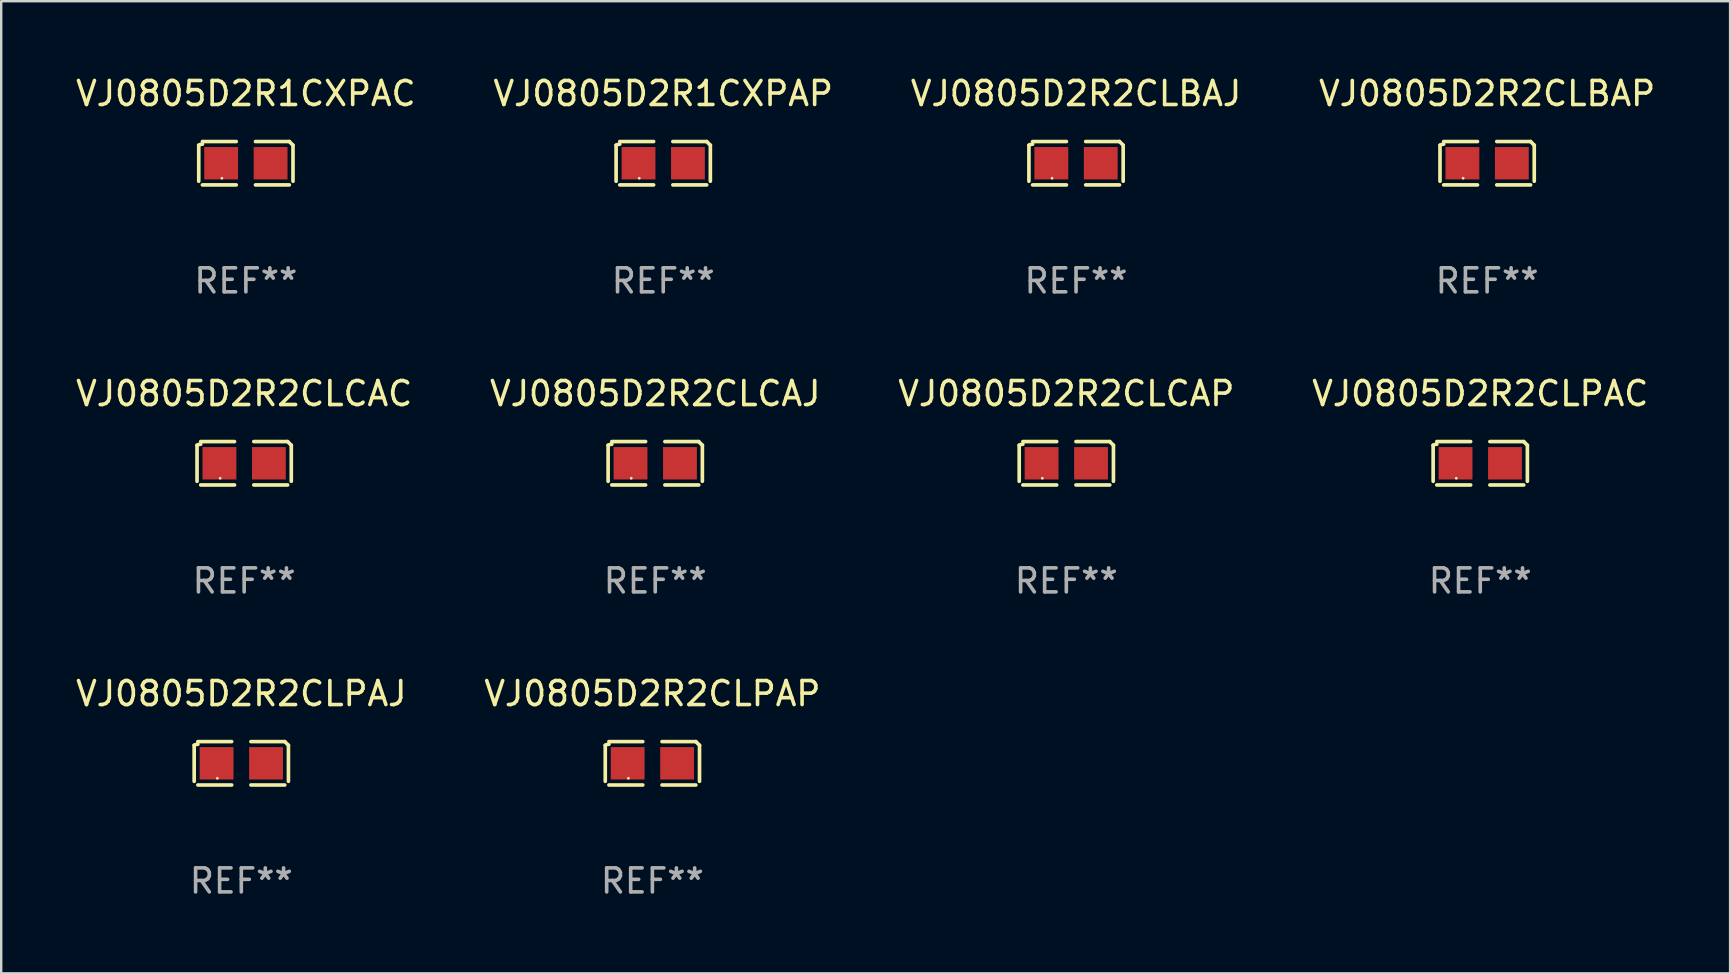
<source format=kicad_pcb>
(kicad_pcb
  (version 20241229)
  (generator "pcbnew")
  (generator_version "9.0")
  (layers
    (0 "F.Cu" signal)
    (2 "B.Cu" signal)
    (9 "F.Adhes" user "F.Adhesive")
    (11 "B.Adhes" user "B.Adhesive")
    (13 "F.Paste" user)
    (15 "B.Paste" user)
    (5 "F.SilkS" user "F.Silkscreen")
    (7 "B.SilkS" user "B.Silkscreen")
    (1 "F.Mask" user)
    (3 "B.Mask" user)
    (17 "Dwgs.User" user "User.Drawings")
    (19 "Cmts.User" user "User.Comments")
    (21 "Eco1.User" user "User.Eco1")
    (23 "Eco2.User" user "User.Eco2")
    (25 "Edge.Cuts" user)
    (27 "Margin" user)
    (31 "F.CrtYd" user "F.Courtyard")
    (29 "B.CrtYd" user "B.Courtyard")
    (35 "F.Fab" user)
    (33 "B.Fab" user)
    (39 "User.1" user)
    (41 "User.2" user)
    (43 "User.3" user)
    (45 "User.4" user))
  (footprint "VJ0805D2R2CLBAJ"
    (layer "F.Cu")
    (at 41.792 3.752)
    (property "Reference" "VJ0805D2R2CLBAJ" (at 0 -2.904 0) (layer "F.SilkS") (effects (font (size 1 1) (thickness 0.15))))
    (attr through_hole)
    (fp_line (start -1.964 0.751) (end -1.964 -0.751) (stroke (width 0.152) (type solid)) (layer "F.SilkS"))
    (fp_line (start -1.811 -0.904) (end -0.401 -0.904) (stroke (width 0.152) (type solid)) (layer "F.SilkS"))
    (fp_line (start -0.401 0.904) (end -1.811 0.904) (stroke (width 0.152) (type solid)) (layer "F.SilkS"))
    (fp_line (start 0.401 0.904) (end 1.811 0.904) (stroke (width 0.152) (type solid)) (layer "F.SilkS"))
    (fp_line (start 1.811 -0.904) (end 0.401 -0.904) (stroke (width 0.152) (type solid)) (layer "F.SilkS"))
    (fp_line (start 1.964 0.751) (end 1.964 -0.751) (stroke (width 0.152) (type solid)) (layer "F.SilkS"))
    (fp_arc (start -1.963602 -0.751207) (mid -1.890354 -0.783131) (end -1.811201 -0.794044) (stroke (width 0.1524) (type solid)) (layer "F.SilkS"))
    (fp_arc (start 1.811202 -0.903607) (mid 1.887413 -0.827418) (end 1.963602 -0.751207) (stroke (width 0.1524) (type solid)) (layer "F.SilkS"))
    (fp_circle (center -1 0.625) (end -0.97 0.625) (stroke (width 0.06) (type solid)) (fill no) (layer "F.SilkS"))
    (fp_text user "REF**" (at 0 4.904 0) (layer "F.Fab") (effects (font (size 1 1) (thickness 0.15))))
    (pad "1" smd rect (at -1.03 0) (size 1.41 1.35) (layers "F.Cu" "F.Mask" "F.Paste"))
    (pad "2" smd rect (at 1.03 0) (size 1.41 1.35) (layers "F.Cu" "F.Mask" "F.Paste")))
  (footprint "VJ0805D2R2CLCAC"
    (layer "F.Cu")
    (at 7.125 16.256)
    (property "Reference" "VJ0805D2R2CLCAC" (at 0 -2.904 0) (layer "F.SilkS") (effects (font (size 1 1) (thickness 0.15))))
    (attr through_hole)
    (fp_line (start -1.964 0.751) (end -1.964 -0.751) (stroke (width 0.152) (type solid)) (layer "F.SilkS"))
    (fp_line (start -1.811 -0.904) (end -0.401 -0.904) (stroke (width 0.152) (type solid)) (layer "F.SilkS"))
    (fp_line (start -0.401 0.904) (end -1.811 0.904) (stroke (width 0.152) (type solid)) (layer "F.SilkS"))
    (fp_line (start 0.401 0.904) (end 1.811 0.904) (stroke (width 0.152) (type solid)) (layer "F.SilkS"))
    (fp_line (start 1.811 -0.904) (end 0.401 -0.904) (stroke (width 0.152) (type solid)) (layer "F.SilkS"))
    (fp_line (start 1.964 0.751) (end 1.964 -0.751) (stroke (width 0.152) (type solid)) (layer "F.SilkS"))
    (fp_arc (start -1.963602 -0.751207) (mid -1.890354 -0.783131) (end -1.811201 -0.794044) (stroke (width 0.1524) (type solid)) (layer "F.SilkS"))
    (fp_arc (start 1.811202 -0.903607) (mid 1.887413 -0.827418) (end 1.963602 -0.751207) (stroke (width 0.1524) (type solid)) (layer "F.SilkS"))
    (fp_circle (center -1 0.625) (end -0.97 0.625) (stroke (width 0.06) (type solid)) (fill no) (layer "F.SilkS"))
    (fp_text user "REF**" (at 0 4.904 0) (layer "F.Fab") (effects (font (size 1 1) (thickness 0.15))))
    (pad "1" smd rect (at -1.03 0) (size 1.41 1.35) (layers "F.Cu" "F.Mask" "F.Paste"))
    (pad "2" smd rect (at 1.03 0) (size 1.41 1.35) (layers "F.Cu" "F.Mask" "F.Paste")))
  (footprint "VJ0805D2R2CLBAP"
    (layer "F.Cu")
    (at 58.923 3.752)
    (property "Reference" "VJ0805D2R2CLBAP" (at 0 -2.904 0) (layer "F.SilkS") (effects (font (size 1 1) (thickness 0.15))))
    (attr through_hole)
    (fp_line (start -1.964 0.751) (end -1.964 -0.751) (stroke (width 0.152) (type solid)) (layer "F.SilkS"))
    (fp_line (start -1.811 -0.904) (end -0.401 -0.904) (stroke (width 0.152) (type solid)) (layer "F.SilkS"))
    (fp_line (start -0.401 0.904) (end -1.811 0.904) (stroke (width 0.152) (type solid)) (layer "F.SilkS"))
    (fp_line (start 0.401 0.904) (end 1.811 0.904) (stroke (width 0.152) (type solid)) (layer "F.SilkS"))
    (fp_line (start 1.811 -0.904) (end 0.401 -0.904) (stroke (width 0.152) (type solid)) (layer "F.SilkS"))
    (fp_line (start 1.964 0.751) (end 1.964 -0.751) (stroke (width 0.152) (type solid)) (layer "F.SilkS"))
    (fp_arc (start -1.963602 -0.751207) (mid -1.890354 -0.783131) (end -1.811201 -0.794044) (stroke (width 0.1524) (type solid)) (layer "F.SilkS"))
    (fp_arc (start 1.811202 -0.903607) (mid 1.887413 -0.827418) (end 1.963602 -0.751207) (stroke (width 0.1524) (type solid)) (layer "F.SilkS"))
    (fp_circle (center -1 0.625) (end -0.97 0.625) (stroke (width 0.06) (type solid)) (fill no) (layer "F.SilkS"))
    (fp_text user "REF**" (at 0 4.904 0) (layer "F.Fab") (effects (font (size 1 1) (thickness 0.15))))
    (pad "1" smd rect (at -1.03 0) (size 1.41 1.35) (layers "F.Cu" "F.Mask" "F.Paste"))
    (pad "2" smd rect (at 1.03 0) (size 1.41 1.35) (layers "F.Cu" "F.Mask" "F.Paste")))
  (footprint "VJ0805D2R1CXPAP"
    (layer "F.Cu")
    (at 24.589 3.752)
    (property "Reference" "VJ0805D2R1CXPAP" (at 0 -2.904 0) (layer "F.SilkS") (effects (font (size 1 1) (thickness 0.15))))
    (attr through_hole)
    (fp_line (start -1.964 0.751) (end -1.964 -0.751) (stroke (width 0.152) (type solid)) (layer "F.SilkS"))
    (fp_line (start -1.811 -0.904) (end -0.401 -0.904) (stroke (width 0.152) (type solid)) (layer "F.SilkS"))
    (fp_line (start -0.401 0.904) (end -1.811 0.904) (stroke (width 0.152) (type solid)) (layer "F.SilkS"))
    (fp_line (start 0.401 0.904) (end 1.811 0.904) (stroke (width 0.152) (type solid)) (layer "F.SilkS"))
    (fp_line (start 1.811 -0.904) (end 0.401 -0.904) (stroke (width 0.152) (type solid)) (layer "F.SilkS"))
    (fp_line (start 1.964 0.751) (end 1.964 -0.751) (stroke (width 0.152) (type solid)) (layer "F.SilkS"))
    (fp_arc (start -1.963602 -0.751207) (mid -1.890354 -0.783131) (end -1.811201 -0.794044) (stroke (width 0.1524) (type solid)) (layer "F.SilkS"))
    (fp_arc (start 1.811202 -0.903607) (mid 1.887413 -0.827418) (end 1.963602 -0.751207) (stroke (width 0.1524) (type solid)) (layer "F.SilkS"))
    (fp_circle (center -1 0.625) (end -0.97 0.625) (stroke (width 0.06) (type solid)) (fill no) (layer "F.SilkS"))
    (fp_text user "REF**" (at 0 4.904 0) (layer "F.Fab") (effects (font (size 1 1) (thickness 0.15))))
    (pad "1" smd rect (at -1.03 0) (size 1.41 1.35) (layers "F.Cu" "F.Mask" "F.Paste"))
    (pad "2" smd rect (at 1.03 0) (size 1.41 1.35) (layers "F.Cu" "F.Mask" "F.Paste")))
  (footprint "VJ0805D2R2CLCAJ"
    (layer "F.Cu")
    (at 24.256 16.256)
    (property "Reference" "VJ0805D2R2CLCAJ" (at 0 -2.904 0) (layer "F.SilkS") (effects (font (size 1 1) (thickness 0.15))))
    (attr through_hole)
    (fp_line (start -1.964 0.751) (end -1.964 -0.751) (stroke (width 0.152) (type solid)) (layer "F.SilkS"))
    (fp_line (start -1.811 -0.904) (end -0.401 -0.904) (stroke (width 0.152) (type solid)) (layer "F.SilkS"))
    (fp_line (start -0.401 0.904) (end -1.811 0.904) (stroke (width 0.152) (type solid)) (layer "F.SilkS"))
    (fp_line (start 0.401 0.904) (end 1.811 0.904) (stroke (width 0.152) (type solid)) (layer "F.SilkS"))
    (fp_line (start 1.811 -0.904) (end 0.401 -0.904) (stroke (width 0.152) (type solid)) (layer "F.SilkS"))
    (fp_line (start 1.964 0.751) (end 1.964 -0.751) (stroke (width 0.152) (type solid)) (layer "F.SilkS"))
    (fp_arc (start -1.963602 -0.751207) (mid -1.890354 -0.783131) (end -1.811201 -0.794044) (stroke (width 0.1524) (type solid)) (layer "F.SilkS"))
    (fp_arc (start 1.811202 -0.903607) (mid 1.887413 -0.827418) (end 1.963602 -0.751207) (stroke (width 0.1524) (type solid)) (layer "F.SilkS"))
    (fp_circle (center -1 0.625) (end -0.97 0.625) (stroke (width 0.06) (type solid)) (fill no) (layer "F.SilkS"))
    (fp_text user "REF**" (at 0 4.904 0) (layer "F.Fab") (effects (font (size 1 1) (thickness 0.15))))
    (pad "1" smd rect (at -1.03 0) (size 1.41 1.35) (layers "F.Cu" "F.Mask" "F.Paste"))
    (pad "2" smd rect (at 1.03 0) (size 1.41 1.35) (layers "F.Cu" "F.Mask" "F.Paste")))
  (footprint "VJ0805D2R2CLCAP"
    (layer "F.Cu")
    (at 41.387 16.256)
    (property "Reference" "VJ0805D2R2CLCAP" (at 0 -2.904 0) (layer "F.SilkS") (effects (font (size 1 1) (thickness 0.15))))
    (attr through_hole)
    (fp_line (start -1.964 0.751) (end -1.964 -0.751) (stroke (width 0.152) (type solid)) (layer "F.SilkS"))
    (fp_line (start -1.811 -0.904) (end -0.401 -0.904) (stroke (width 0.152) (type solid)) (layer "F.SilkS"))
    (fp_line (start -0.401 0.904) (end -1.811 0.904) (stroke (width 0.152) (type solid)) (layer "F.SilkS"))
    (fp_line (start 0.401 0.904) (end 1.811 0.904) (stroke (width 0.152) (type solid)) (layer "F.SilkS"))
    (fp_line (start 1.811 -0.904) (end 0.401 -0.904) (stroke (width 0.152) (type solid)) (layer "F.SilkS"))
    (fp_line (start 1.964 0.751) (end 1.964 -0.751) (stroke (width 0.152) (type solid)) (layer "F.SilkS"))
    (fp_arc (start -1.963602 -0.751207) (mid -1.890354 -0.783131) (end -1.811201 -0.794044) (stroke (width 0.1524) (type solid)) (layer "F.SilkS"))
    (fp_arc (start 1.811202 -0.903607) (mid 1.887413 -0.827418) (end 1.963602 -0.751207) (stroke (width 0.1524) (type solid)) (layer "F.SilkS"))
    (fp_circle (center -1 0.625) (end -0.97 0.625) (stroke (width 0.06) (type solid)) (fill no) (layer "F.SilkS"))
    (fp_text user "REF**" (at 0 4.904 0) (layer "F.Fab") (effects (font (size 1 1) (thickness 0.15))))
    (pad "1" smd rect (at -1.03 0) (size 1.41 1.35) (layers "F.Cu" "F.Mask" "F.Paste"))
    (pad "2" smd rect (at 1.03 0) (size 1.41 1.35) (layers "F.Cu" "F.Mask" "F.Paste")))
  (footprint "VJ0805D2R2CLPAP"
    (layer "F.Cu")
    (at 24.137 28.759)
    (property "Reference" "VJ0805D2R2CLPAP" (at 0 -2.904 0) (layer "F.SilkS") (effects (font (size 1 1) (thickness 0.15))))
    (attr through_hole)
    (fp_line (start -1.964 0.751) (end -1.964 -0.751) (stroke (width 0.152) (type solid)) (layer "F.SilkS"))
    (fp_line (start -1.811 -0.904) (end -0.401 -0.904) (stroke (width 0.152) (type solid)) (layer "F.SilkS"))
    (fp_line (start -0.401 0.904) (end -1.811 0.904) (stroke (width 0.152) (type solid)) (layer "F.SilkS"))
    (fp_line (start 0.401 0.904) (end 1.811 0.904) (stroke (width 0.152) (type solid)) (layer "F.SilkS"))
    (fp_line (start 1.811 -0.904) (end 0.401 -0.904) (stroke (width 0.152) (type solid)) (layer "F.SilkS"))
    (fp_line (start 1.964 0.751) (end 1.964 -0.751) (stroke (width 0.152) (type solid)) (layer "F.SilkS"))
    (fp_arc (start -1.963602 -0.751207) (mid -1.890354 -0.783131) (end -1.811201 -0.794044) (stroke (width 0.1524) (type solid)) (layer "F.SilkS"))
    (fp_arc (start 1.811202 -0.903607) (mid 1.887413 -0.827418) (end 1.963602 -0.751207) (stroke (width 0.1524) (type solid)) (layer "F.SilkS"))
    (fp_circle (center -1 0.625) (end -0.97 0.625) (stroke (width 0.06) (type solid)) (fill no) (layer "F.SilkS"))
    (fp_text user "REF**" (at 0 4.904 0) (layer "F.Fab") (effects (font (size 1 1) (thickness 0.15))))
    (pad "1" smd rect (at -1.03 0) (size 1.41 1.35) (layers "F.Cu" "F.Mask" "F.Paste"))
    (pad "2" smd rect (at 1.03 0) (size 1.41 1.35) (layers "F.Cu" "F.Mask" "F.Paste")))
  (footprint "VJ0805D2R2CLPAJ"
    (layer "F.Cu")
    (at 7.006 28.759)
    (property "Reference" "VJ0805D2R2CLPAJ" (at 0 -2.904 0) (layer "F.SilkS") (effects (font (size 1 1) (thickness 0.15))))
    (attr through_hole)
    (fp_line (start -1.964 0.751) (end -1.964 -0.751) (stroke (width 0.152) (type solid)) (layer "F.SilkS"))
    (fp_line (start -1.811 -0.904) (end -0.401 -0.904) (stroke (width 0.152) (type solid)) (layer "F.SilkS"))
    (fp_line (start -0.401 0.904) (end -1.811 0.904) (stroke (width 0.152) (type solid)) (layer "F.SilkS"))
    (fp_line (start 0.401 0.904) (end 1.811 0.904) (stroke (width 0.152) (type solid)) (layer "F.SilkS"))
    (fp_line (start 1.811 -0.904) (end 0.401 -0.904) (stroke (width 0.152) (type solid)) (layer "F.SilkS"))
    (fp_line (start 1.964 0.751) (end 1.964 -0.751) (stroke (width 0.152) (type solid)) (layer "F.SilkS"))
    (fp_arc (start -1.963602 -0.751207) (mid -1.890354 -0.783131) (end -1.811201 -0.794044) (stroke (width 0.1524) (type solid)) (layer "F.SilkS"))
    (fp_arc (start 1.811202 -0.903607) (mid 1.887413 -0.827418) (end 1.963602 -0.751207) (stroke (width 0.1524) (type solid)) (layer "F.SilkS"))
    (fp_circle (center -1 0.625) (end -0.97 0.625) (stroke (width 0.06) (type solid)) (fill no) (layer "F.SilkS"))
    (fp_text user "REF**" (at 0 4.904 0) (layer "F.Fab") (effects (font (size 1 1) (thickness 0.15))))
    (pad "1" smd rect (at -1.03 0) (size 1.41 1.35) (layers "F.Cu" "F.Mask" "F.Paste"))
    (pad "2" smd rect (at 1.03 0) (size 1.41 1.35) (layers "F.Cu" "F.Mask" "F.Paste")))
  (footprint "VJ0805D2R1CXPAC"
    (layer "F.Cu")
    (at 7.196 3.752)
    (property "Reference" "VJ0805D2R1CXPAC" (at 0 -2.904 0) (layer "F.SilkS") (effects (font (size 1 1) (thickness 0.15))))
    (attr through_hole)
    (fp_line (start -1.964 0.751) (end -1.964 -0.751) (stroke (width 0.152) (type solid)) (layer "F.SilkS"))
    (fp_line (start -1.811 -0.904) (end -0.401 -0.904) (stroke (width 0.152) (type solid)) (layer "F.SilkS"))
    (fp_line (start -0.401 0.904) (end -1.811 0.904) (stroke (width 0.152) (type solid)) (layer "F.SilkS"))
    (fp_line (start 0.401 0.904) (end 1.811 0.904) (stroke (width 0.152) (type solid)) (layer "F.SilkS"))
    (fp_line (start 1.811 -0.904) (end 0.401 -0.904) (stroke (width 0.152) (type solid)) (layer "F.SilkS"))
    (fp_line (start 1.964 0.751) (end 1.964 -0.751) (stroke (width 0.152) (type solid)) (layer "F.SilkS"))
    (fp_arc (start -1.963602 -0.751207) (mid -1.890354 -0.783131) (end -1.811201 -0.794044) (stroke (width 0.1524) (type solid)) (layer "F.SilkS"))
    (fp_arc (start 1.811202 -0.903607) (mid 1.887413 -0.827418) (end 1.963602 -0.751207) (stroke (width 0.1524) (type solid)) (layer "F.SilkS"))
    (fp_circle (center -1 0.625) (end -0.97 0.625) (stroke (width 0.06) (type solid)) (fill no) (layer "F.SilkS"))
    (fp_text user "REF**" (at 0 4.904 0) (layer "F.Fab") (effects (font (size 1 1) (thickness 0.15))))
    (pad "1" smd rect (at -1.03 0) (size 1.41 1.35) (layers "F.Cu" "F.Mask" "F.Paste"))
    (pad "2" smd rect (at 1.03 0) (size 1.41 1.35) (layers "F.Cu" "F.Mask" "F.Paste")))
  (footprint "VJ0805D2R2CLPAC"
    (layer "F.Cu")
    (at 58.637 16.256)
    (property "Reference" "VJ0805D2R2CLPAC" (at 0 -2.904 0) (layer "F.SilkS") (effects (font (size 1 1) (thickness 0.15))))
    (attr through_hole)
    (fp_line (start -1.964 0.751) (end -1.964 -0.751) (stroke (width 0.152) (type solid)) (layer "F.SilkS"))
    (fp_line (start -1.811 -0.904) (end -0.401 -0.904) (stroke (width 0.152) (type solid)) (layer "F.SilkS"))
    (fp_line (start -0.401 0.904) (end -1.811 0.904) (stroke (width 0.152) (type solid)) (layer "F.SilkS"))
    (fp_line (start 0.401 0.904) (end 1.811 0.904) (stroke (width 0.152) (type solid)) (layer "F.SilkS"))
    (fp_line (start 1.811 -0.904) (end 0.401 -0.904) (stroke (width 0.152) (type solid)) (layer "F.SilkS"))
    (fp_line (start 1.964 0.751) (end 1.964 -0.751) (stroke (width 0.152) (type solid)) (layer "F.SilkS"))
    (fp_arc (start -1.963602 -0.751207) (mid -1.890354 -0.783131) (end -1.811201 -0.794044) (stroke (width 0.1524) (type solid)) (layer "F.SilkS"))
    (fp_arc (start 1.811202 -0.903607) (mid 1.887413 -0.827418) (end 1.963602 -0.751207) (stroke (width 0.1524) (type solid)) (layer "F.SilkS"))
    (fp_circle (center -1 0.625) (end -0.97 0.625) (stroke (width 0.06) (type solid)) (fill no) (layer "F.SilkS"))
    (fp_text user "REF**" (at 0 4.904 0) (layer "F.Fab") (effects (font (size 1 1) (thickness 0.15))))
    (pad "1" smd rect (at -1.03 0) (size 1.41 1.35) (layers "F.Cu" "F.Mask" "F.Paste"))
    (pad "2" smd rect (at 1.03 0) (size 1.41 1.35) (layers "F.Cu" "F.Mask" "F.Paste")))
  (gr_rect
    (start -3 -3)
    (end 69.048 37.511)
    (stroke (width 0.1) (type default))
    (fill no)
    (layer "Edge.Cuts")))
</source>
